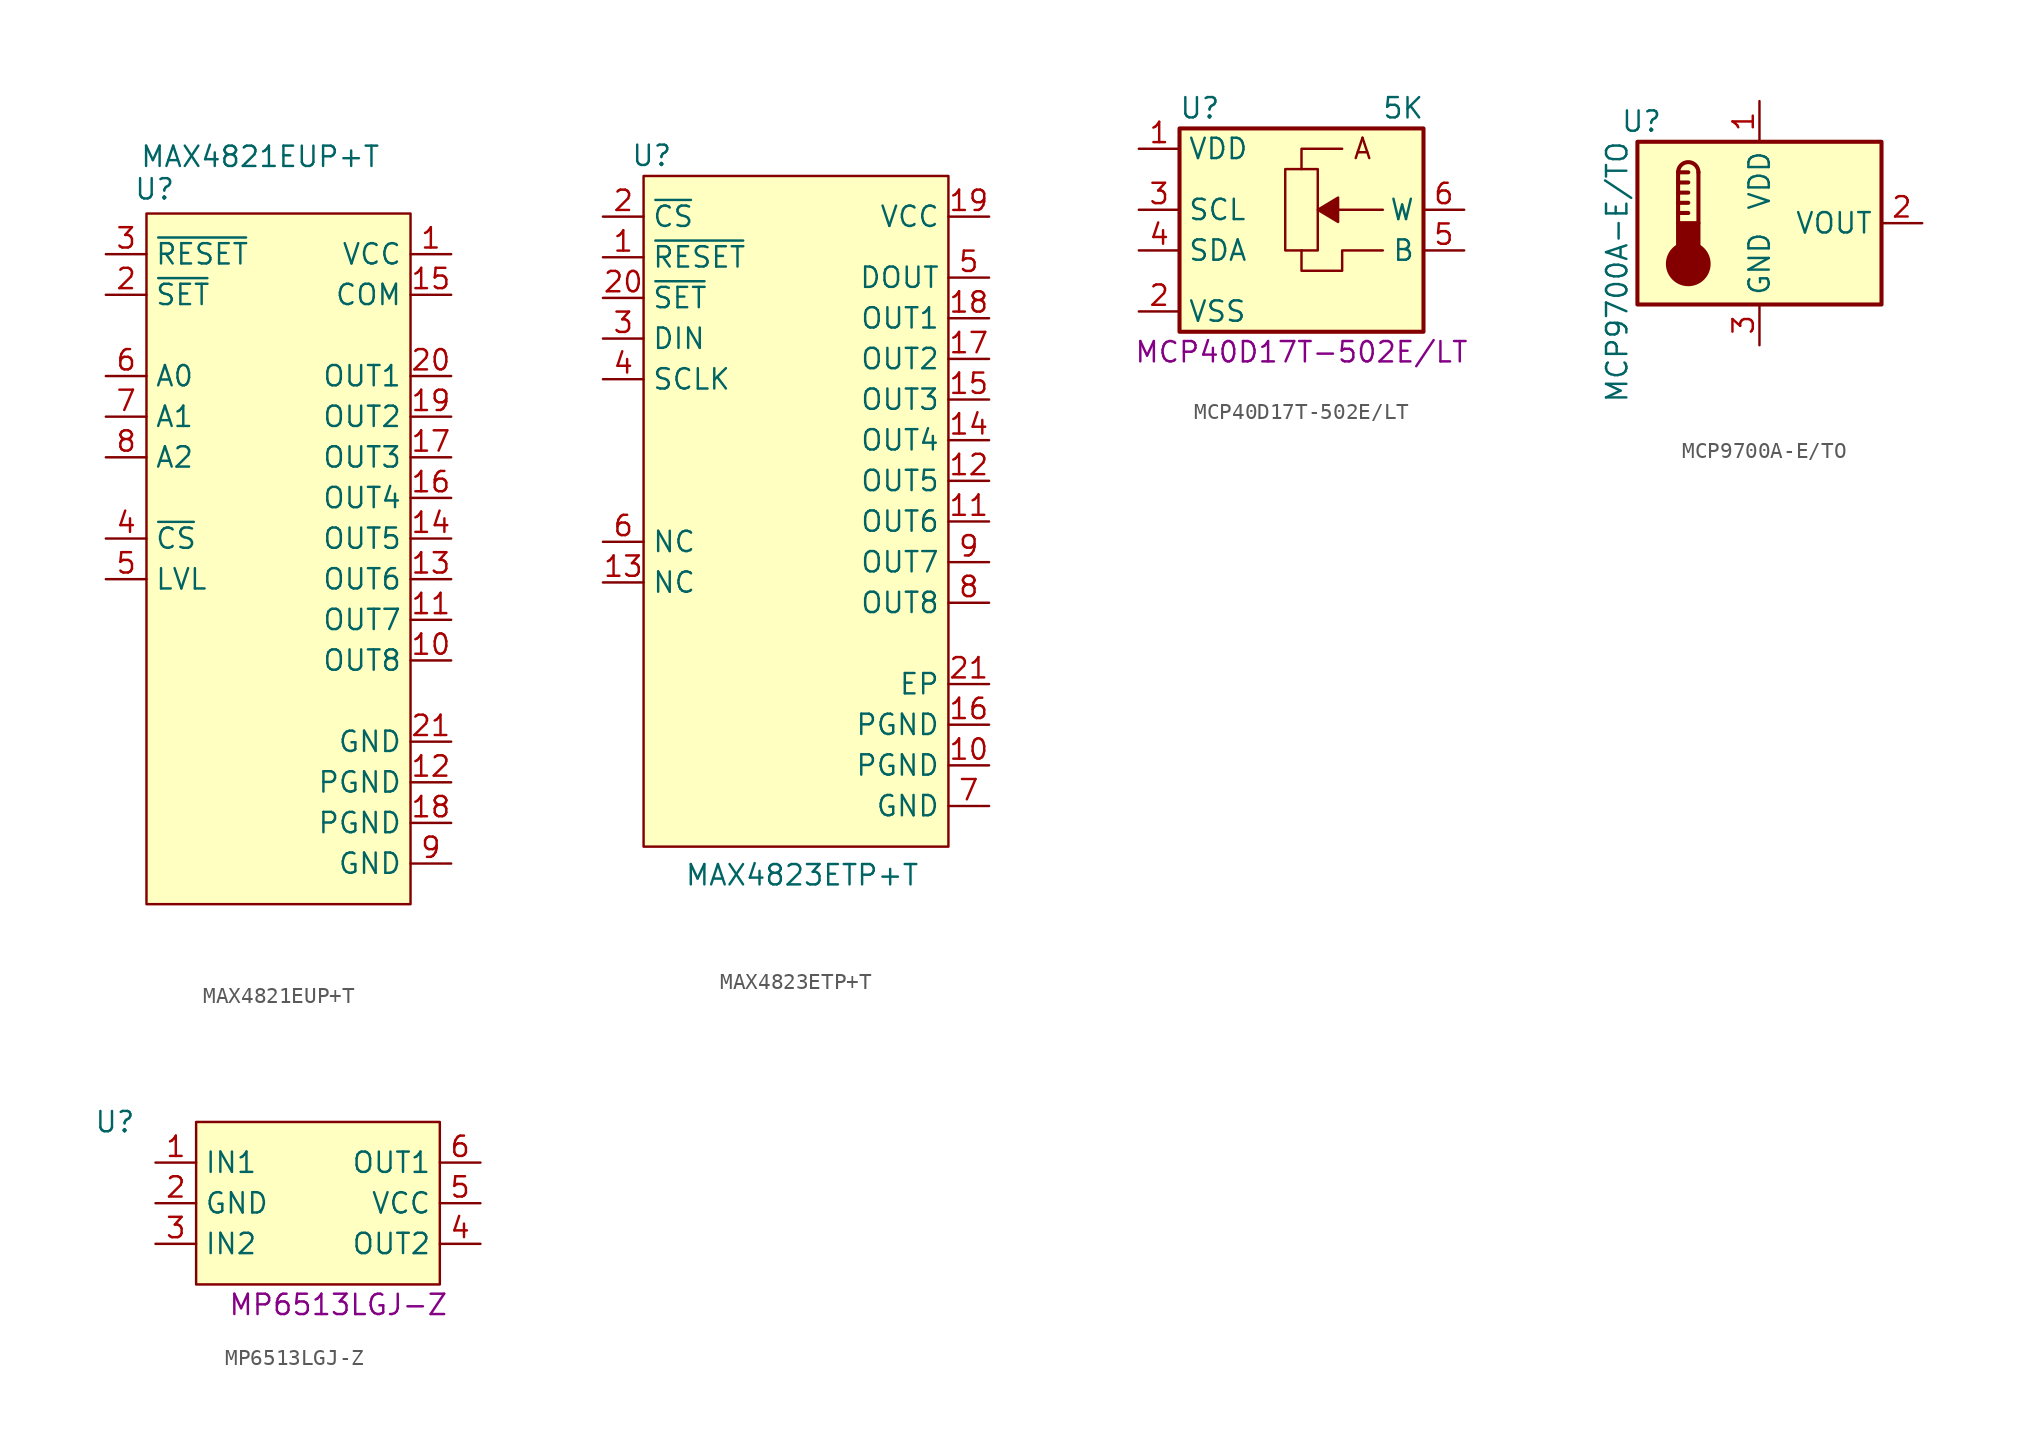
<source format=kicad_sym>
(kicad_symbol_lib
  (version 20241209)
  (generator "kicad_symbol_editor")
  (generator_version "9.0")
  (symbol "MAX4821EUP+T"
    (property "Reference" "U"
      (at -18.542 4.064 0)
      (effects (font (size 1.27 1.27))))
    (property "Value" "MAX4821EUP+T"
      (at -11.938 6.096 0)
      (effects (font (size 1.27 1.27))))
    (symbol "MAX4821EUP+T_0_0"
      (pin passive line (at -21.59 0 0) (length 2.54) (name "~{RESET}" (effects (font (size 1.27 1.27)))) (number "3" (effects (font (size 1.27 1.27)))))
      (pin passive line (at -21.59 -2.54 0) (length 2.54) (name "~{SET}" (effects (font (size 1.27 1.27)))) (number "2" (effects (font (size 1.27 1.27)))))
      (pin passive line (at -21.59 -7.62 0) (length 2.54) (name "A0" (effects (font (size 1.27 1.27)))) (number "6" (effects (font (size 1.27 1.27)))))
      (pin passive line (at -21.59 -10.16 0) (length 2.54) (name "A1" (effects (font (size 1.27 1.27)))) (number "7" (effects (font (size 1.27 1.27)))))
      (pin passive line (at -21.59 -12.7 0) (length 2.54) (name "A2" (effects (font (size 1.27 1.27)))) (number "8" (effects (font (size 1.27 1.27)))))
      (pin passive line (at -21.59 -17.78 0) (length 2.54) (name "~{CS}" (effects (font (size 1.27 1.27)))) (number "4" (effects (font (size 1.27 1.27)))))
      (pin passive line (at -21.59 -20.32 0) (length 2.54) (name "LVL" (effects (font (size 1.27 1.27)))) (number "5" (effects (font (size 1.27 1.27)))))
      (pin passive line (at 0 0 180) (length 2.54) (name "VCC" (effects (font (size 1.27 1.27)))) (number "1" (effects (font (size 1.27 1.27)))))
      (pin passive line (at 0 -2.54 180) (length 2.54) (name "COM" (effects (font (size 1.27 1.27)))) (number "15" (effects (font (size 1.27 1.27)))))
      (pin passive line (at 0 -7.62 180) (length 2.54) (name "OUT1" (effects (font (size 1.27 1.27)))) (number "20" (effects (font (size 1.27 1.27)))))
      (pin passive line (at 0 -10.16 180) (length 2.54) (name "OUT2" (effects (font (size 1.27 1.27)))) (number "19" (effects (font (size 1.27 1.27)))))
      (pin passive line (at 0 -12.7 180) (length 2.54) (name "OUT3" (effects (font (size 1.27 1.27)))) (number "17" (effects (font (size 1.27 1.27)))))
      (pin passive line (at 0 -15.24 180) (length 2.54) (name "OUT4" (effects (font (size 1.27 1.27)))) (number "16" (effects (font (size 1.27 1.27)))))
      (pin passive line (at 0 -17.78 180) (length 2.54) (name "OUT5" (effects (font (size 1.27 1.27)))) (number "14" (effects (font (size 1.27 1.27)))))
      (pin passive line (at 0 -20.32 180) (length 2.54) (name "OUT6" (effects (font (size 1.27 1.27)))) (number "13" (effects (font (size 1.27 1.27)))))
      (pin passive line (at 0 -22.86 180) (length 2.54) (name "OUT7" (effects (font (size 1.27 1.27)))) (number "11" (effects (font (size 1.27 1.27)))))
      (pin passive line (at 0 -25.4 180) (length 2.54) (name "OUT8" (effects (font (size 1.27 1.27)))) (number "10" (effects (font (size 1.27 1.27)))))
      (pin passive line (at 0 -33.02 180) (length 2.54) (name "PGND" (effects (font (size 1.27 1.27)))) (number "12" (effects (font (size 1.27 1.27)))))
      (pin passive line (at 0 -35.56 180) (length 2.54) (name "PGND" (effects (font (size 1.27 1.27)))) (number "18" (effects (font (size 1.27 1.27)))))
      (pin passive line (at 0 -38.1 180) (length 2.54) (name "GND" (effects (font (size 1.27 1.27)))) (number "9" (effects (font (size 1.27 1.27))))))
    (symbol "MAX4821EUP+T_1_0"
      (pin passive line (at 0 -30.48 180) (length 2.54) (name "GND" (effects (font (size 1.27 1.27)))) (number "21" (effects (font (size 1.27 1.27))))))
    (symbol "MAX4821EUP+T_1_1"
      (rectangle (start -19.05 2.54) (end -2.54 -40.64) (stroke (width 0) (type default)) (fill (type background)))))
  (symbol "MAX4823ETP+T"
    (property "Reference" "U"
      (at 3.048 6.35 0)
      (effects (font (size 1.27 1.27))))
    (property "Value" "MAX4823ETP+T"
      (at 12.446 -38.608 0)
      (effects (font (size 1.27 1.27))))
    (symbol "MAX4823ETP+T_0_0"
      (pin passive line (at 0 2.54 0) (length 2.54) (name "~{CS}" (effects (font (size 1.27 1.27)))) (number "2" (effects (font (size 1.27 1.27)))))
      (pin passive line (at 0 0 0) (length 2.54) (name "~{RESET}" (effects (font (size 1.27 1.27)))) (number "1" (effects (font (size 1.27 1.27)))))
      (pin passive line (at 0 -2.54 0) (length 2.54) (name "~{SET}" (effects (font (size 1.27 1.27)))) (number "20" (effects (font (size 1.27 1.27)))))
      (pin passive line (at 0 -5.08 0) (length 2.54) (name "DIN" (effects (font (size 1.27 1.27)))) (number "3" (effects (font (size 1.27 1.27)))))
      (pin passive line (at 0 -7.62 0) (length 2.54) (name "SCLK" (effects (font (size 1.27 1.27)))) (number "4" (effects (font (size 1.27 1.27)))))
      (pin passive line (at 0 -17.78 0) (length 2.54) (name "NC" (effects (font (size 1.27 1.27)))) (number "6" (effects (font (size 1.27 1.27)))))
      (pin passive line (at 0 -20.32 0) (length 2.54) (name "NC" (effects (font (size 1.27 1.27)))) (number "13" (effects (font (size 1.27 1.27)))))
      (pin passive line (at 24.13 2.54 180) (length 2.54) (name "VCC" (effects (font (size 1.27 1.27)))) (number "19" (effects (font (size 1.27 1.27)))))
      (pin passive line (at 24.13 -1.27 180) (length 2.54) (name "DOUT" (effects (font (size 1.27 1.27)))) (number "5" (effects (font (size 1.27 1.27)))))
      (pin passive line (at 24.13 -3.81 180) (length 2.54) (name "OUT1" (effects (font (size 1.27 1.27)))) (number "18" (effects (font (size 1.27 1.27)))))
      (pin passive line (at 24.13 -6.35 180) (length 2.54) (name "OUT2" (effects (font (size 1.27 1.27)))) (number "17" (effects (font (size 1.27 1.27)))))
      (pin passive line (at 24.13 -11.43 180) (length 2.54) (name "OUT4" (effects (font (size 1.27 1.27)))) (number "14" (effects (font (size 1.27 1.27)))))
      (pin passive line (at 24.13 -13.97 180) (length 2.54) (name "OUT5" (effects (font (size 1.27 1.27)))) (number "12" (effects (font (size 1.27 1.27)))))
      (pin passive line (at 24.13 -16.51 180) (length 2.54) (name "OUT6" (effects (font (size 1.27 1.27)))) (number "11" (effects (font (size 1.27 1.27)))))
      (pin passive line (at 24.13 -19.05 180) (length 2.54) (name "OUT7" (effects (font (size 1.27 1.27)))) (number "9" (effects (font (size 1.27 1.27)))))
      (pin passive line (at 24.13 -21.59 180) (length 2.54) (name "OUT8" (effects (font (size 1.27 1.27)))) (number "8" (effects (font (size 1.27 1.27)))))
      (pin passive line (at 24.13 -26.67 180) (length 2.54) (name "EP" (effects (font (size 1.27 1.27)))) (number "21" (effects (font (size 1.27 1.27)))))
      (pin passive line (at 24.13 -29.21 180) (length 2.54) (name "PGND" (effects (font (size 1.27 1.27)))) (number "16" (effects (font (size 1.27 1.27)))))
      (pin passive line (at 24.13 -31.75 180) (length 2.54) (name "PGND" (effects (font (size 1.27 1.27)))) (number "10" (effects (font (size 1.27 1.27)))))
      (pin passive line (at 24.13 -34.29 180) (length 2.54) (name "GND" (effects (font (size 1.27 1.27)))) (number "7" (effects (font (size 1.27 1.27))))))
    (symbol "MAX4823ETP+T_1_0"
      (pin passive line (at 24.13 -8.89 180) (length 2.54) (name "OUT3" (effects (font (size 1.27 1.27)))) (number "15" (effects (font (size 1.27 1.27))))))
    (symbol "MAX4823ETP+T_1_1"
      (rectangle (start 2.54 5.08) (end 21.59 -36.83) (stroke (width 0) (type default)) (fill (type background)))))
  (symbol "MCP40D17T-502E/LT"
    (property "Reference" "U"
      (at 3.81 2.54 0)
      (effects (font (size 1.27 1.27))))
    (property "Value" "5K"
      (at 16.51 2.54 0)
      (effects (font (size 1.27 1.27))))
    (property "PartNumber" "MCP40D17T-502E/LT"
      (at 10.16 -12.7 0)
      (effects (font (size 1.27 1.27))))
    (symbol "MCP40D17T-502E/LT_0_0"
      (polyline (pts (xy 10.16 -1.27) (xy 10.16 0) (xy 12.7 0)) (stroke (width 0) (type default)) (fill (type none)))
      (polyline (pts (xy 15.24 -6.35) (xy 12.7 -6.35) (xy 12.7 -7.62) (xy 10.16 -7.62) (xy 10.16 -6.35)) (stroke (width 0) (type default)) (fill (type none)))
      (text "A" (at 13.97 0 0) (effects (font (size 1.27 1.27)))))
    (symbol "MCP40D17T-502E/LT_1_1"
      (rectangle (start 2.54 1.27) (end 17.78 -11.43) (stroke (width 0.254) (type default)) (fill (type background)))
      (rectangle (start 11.176 -6.35) (end 9.144 -1.27) (stroke (width 0) (type default)) (fill (type none)))
      (polyline (pts (xy 12.446 -4.572) (xy 12.446 -3.048) (xy 11.176 -3.81) (xy 12.446 -4.572)) (stroke (width 0) (type default)) (fill (type outline)))
      (polyline (pts (xy 15.24 -3.81) (xy 12.446 -3.81)) (stroke (width 0) (type default)) (fill (type none)))
      (pin passive line (at 0 0 0) (length 2.54) (name "VDD" (effects (font (size 1.27 1.27)))) (number "1" (effects (font (size 1.27 1.27)))))
      (pin passive line (at 0 -3.81 0) (length 2.54) (name "SCL" (effects (font (size 1.27 1.27)))) (number "3" (effects (font (size 1.27 1.27)))))
      (pin passive line (at 0 -6.35 0) (length 2.54) (name "SDA" (effects (font (size 1.27 1.27)))) (number "4" (effects (font (size 1.27 1.27)))))
      (pin passive line (at 0 -10.16 0) (length 2.54) (name "VSS" (effects (font (size 1.27 1.27)))) (number "2" (effects (font (size 1.27 1.27)))))
      (pin passive line (at 20.32 -3.81 180) (length 2.54) (name "W" (effects (font (size 1.27 1.27)))) (number "6" (effects (font (size 1.27 1.27)))))
      (pin passive line (at 20.32 -6.35 180) (length 2.54) (name "B" (effects (font (size 1.27 1.27)))) (number "5" (effects (font (size 1.27 1.27)))))))
  (symbol "MCP9700A-E/TO"
    (property "Reference" "U"
      (at 0.254 1.27 0)
      (effects (font (size 1.27 1.27))))
    (property "Value" "MCP9700A-E/TO"
      (at -1.27 -8.128 90)
      (effects (font (size 1.27 1.27))))
    (symbol "MCP9700A-E/TO_0_1"
      (rectangle (start 0 0) (end 15.24 -10.16) (stroke (width 0.254) (type default)) (fill (type background)))
      (polyline (pts (xy 2.54 -1.905) (xy 2.54 -5.08)) (stroke (width 0.254) (type default)) (fill (type none)))
      (polyline (pts (xy 2.54 -1.905) (xy 3.175 -1.905)) (stroke (width 0.254) (type default)) (fill (type none)))
      (polyline (pts (xy 2.54 -2.54) (xy 3.175 -2.54)) (stroke (width 0.254) (type default)) (fill (type none)))
      (polyline (pts (xy 2.54 -3.175) (xy 3.175 -3.175)) (stroke (width 0.254) (type default)) (fill (type none)))
      (polyline (pts (xy 2.54 -3.81) (xy 3.175 -3.81)) (stroke (width 0.254) (type default)) (fill (type none)))
      (polyline (pts (xy 2.54 -4.445) (xy 3.175 -4.445)) (stroke (width 0.254) (type default)) (fill (type none)))
      (arc (start 2.54 -1.905) (mid 3.175 -1.2727) (end 3.81 -1.905) (stroke (width 0.254) (type default)) (fill (type none)))
      (circle (center 3.175 -7.62) (radius 1.27) (stroke (width 0.254) (type default)) (fill (type outline)))
      (polyline (pts (xy 3.81 -1.905) (xy 3.81 -5.08)) (stroke (width 0.254) (type default)) (fill (type none)))
      (rectangle (start 3.81 -6.985) (end 2.54 -5.08) (stroke (width 0.254) (type default)) (fill (type outline))))
    (symbol "MCP9700A-E/TO_1_1"
      (pin passive line (at 7.62 2.54 270) (length 2.54) (name "VDD" (effects (font (size 1.27 1.27)))) (number "1" (effects (font (size 1.27 1.27)))))
      (pin passive line (at 7.62 -12.7 90) (length 2.54) (name "GND" (effects (font (size 1.27 1.27)))) (number "3" (effects (font (size 1.27 1.27)))))
      (pin passive line (at 17.78 -5.08 180) (length 2.54) (name "VOUT" (effects (font (size 1.27 1.27)))) (number "2" (effects (font (size 1.27 1.27)))))))
  (symbol "MP6513LGJ-Z"
    (property "Reference" "U"
      (at -2.54 2.54 0)
      (effects (font (size 1.27 1.27))))
    (property "PartNumber" "MP6513LGJ-Z"
      (at 11.43 -8.89 0)
      (effects (font (size 1.27 1.27))))
    (symbol "MP6513LGJ-Z_0_0"
      (pin passive line (at 0 0 0) (length 2.54) (name "IN1" (effects (font (size 1.27 1.27)))) (number "1" (effects (font (size 1.27 1.27)))))
      (pin passive line (at 0 -2.54 0) (length 2.54) (name "GND" (effects (font (size 1.27 1.27)))) (number "2" (effects (font (size 1.27 1.27)))))
      (pin passive line (at 0 -5.08 0) (length 2.54) (name "IN2" (effects (font (size 1.27 1.27)))) (number "3" (effects (font (size 1.27 1.27)))))
      (pin passive line (at 20.32 0 180) (length 2.54) (name "OUT1" (effects (font (size 1.27 1.27)))) (number "6" (effects (font (size 1.27 1.27)))))
      (pin passive line (at 20.32 -2.54 180) (length 2.54) (name "VCC" (effects (font (size 1.27 1.27)))) (number "5" (effects (font (size 1.27 1.27)))))
      (pin passive line (at 20.32 -5.08 180) (length 2.54) (name "OUT2" (effects (font (size 1.27 1.27)))) (number "4" (effects (font (size 1.27 1.27))))))
    (symbol "MP6513LGJ-Z_1_1"
      (rectangle (start 2.54 2.54) (end 17.78 -7.62) (stroke (width 0) (type default)) (fill (type background))))))
</source>
